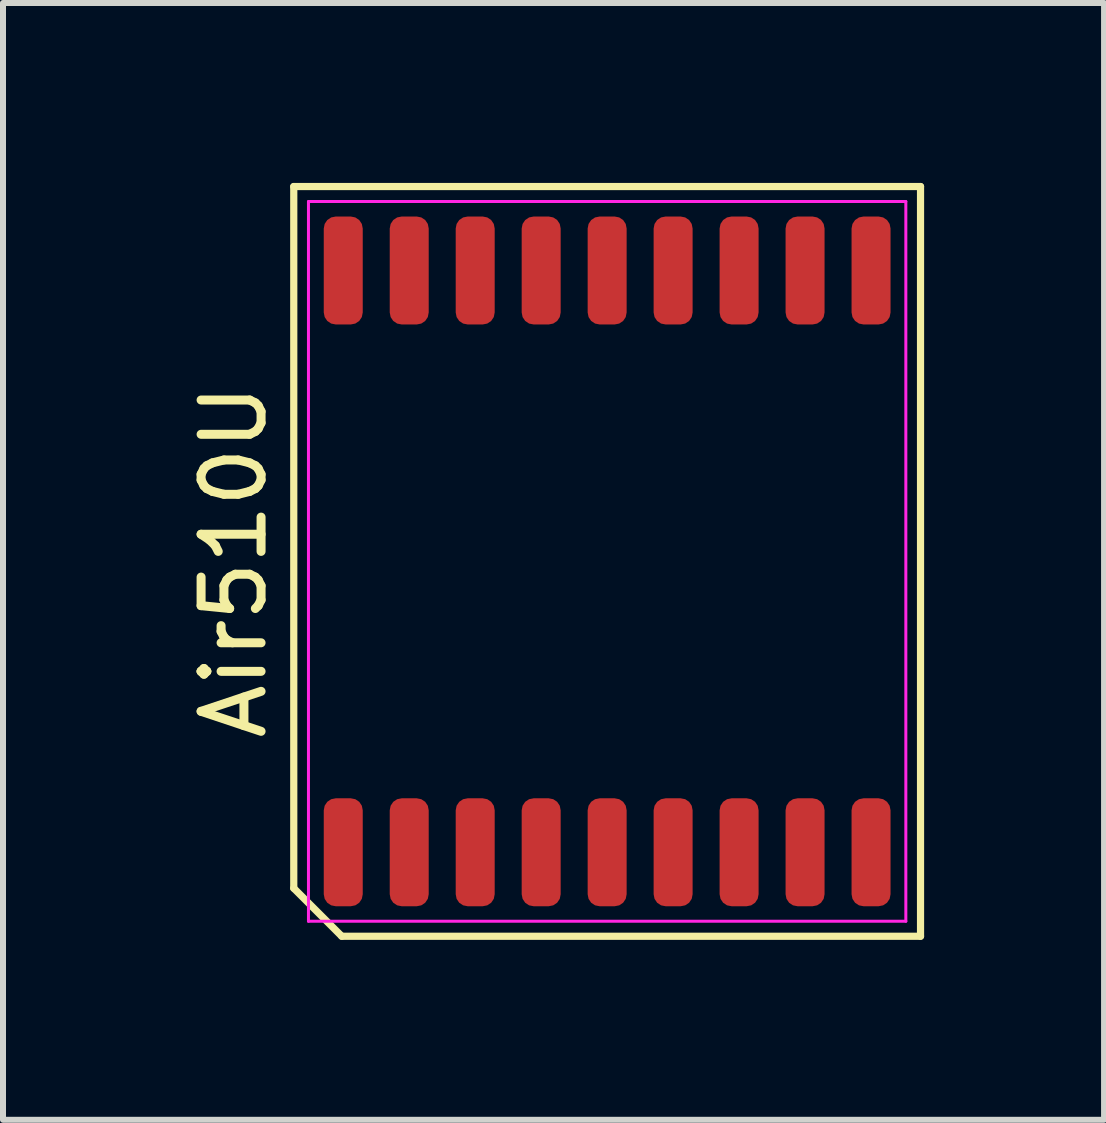
<source format=kicad_pcb>
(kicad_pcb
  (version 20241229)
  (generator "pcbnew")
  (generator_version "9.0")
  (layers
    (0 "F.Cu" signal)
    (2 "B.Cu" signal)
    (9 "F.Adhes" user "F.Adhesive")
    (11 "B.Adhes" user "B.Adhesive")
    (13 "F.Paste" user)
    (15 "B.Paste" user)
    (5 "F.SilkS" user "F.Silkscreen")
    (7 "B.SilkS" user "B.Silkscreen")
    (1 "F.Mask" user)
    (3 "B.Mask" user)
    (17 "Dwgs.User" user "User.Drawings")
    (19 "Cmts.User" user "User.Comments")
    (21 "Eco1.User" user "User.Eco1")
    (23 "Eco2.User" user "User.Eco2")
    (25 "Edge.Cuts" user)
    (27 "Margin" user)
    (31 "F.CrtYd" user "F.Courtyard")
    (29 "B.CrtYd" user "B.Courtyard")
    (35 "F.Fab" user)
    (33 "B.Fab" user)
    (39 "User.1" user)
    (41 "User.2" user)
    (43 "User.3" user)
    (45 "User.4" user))
  (footprint "Air510U"
    (layer "F.Cu")
    (at 7.073 6.31)
    (property "Reference" "Air510U" (at -6.225 0 90) (unlocked yes) (layer "F.SilkS") (effects (font (size 1 1) (thickness 0.15))))
    (attr smd)
    (fp_line (start -5.225 -6.25) (end 5.225 -6.25) (stroke (width 0.12) (type default)) (layer "F.SilkS"))
    (fp_line (start -5.225 5.45) (end -5.225 -6.25) (stroke (width 0.12) (type default)) (layer "F.SilkS"))
    (fp_line (start -4.425 6.25) (end -5.225 5.45) (stroke (width 0.12) (type default)) (layer "F.SilkS"))
    (fp_line (start 5.225 -6.25) (end 5.225 6.25) (stroke (width 0.12) (type default)) (layer "F.SilkS"))
    (fp_line (start 5.225 6.25) (end -4.425 6.25) (stroke (width 0.12) (type default)) (layer "F.SilkS"))
    (fp_line (start -4.98 -6) (end 4.98 -6) (stroke (width 0.05) (type default)) (layer "F.CrtYd"))
    (fp_line (start -4.98 6) (end -4.98 -6) (stroke (width 0.05) (type default)) (layer "F.CrtYd"))
    (fp_line (start 4.98 -6) (end 4.98 6) (stroke (width 0.05) (type default)) (layer "F.CrtYd"))
    (fp_line (start 4.98 6) (end -4.98 6) (stroke (width 0.05) (type default)) (layer "F.CrtYd"))
    (pad "1" smd roundrect (at -4.4 4.85) (size 0.65 1.8) (layers "F.Cu" "F.Mask" "F.Paste") (roundrect_rratio 0.308))
    (pad "2" smd roundrect (at -3.3 4.85) (size 0.65 1.8) (layers "F.Cu" "F.Mask" "F.Paste") (roundrect_rratio 0.308))
    (pad "3" smd roundrect (at -2.2 4.85) (size 0.65 1.8) (layers "F.Cu" "F.Mask" "F.Paste") (roundrect_rratio 0.308))
    (pad "4" smd roundrect (at -1.1 4.85) (size 0.65 1.8) (layers "F.Cu" "F.Mask" "F.Paste") (roundrect_rratio 0.308))
    (pad "5" smd roundrect (at 0 4.85) (size 0.65 1.8) (layers "F.Cu" "F.Mask" "F.Paste") (roundrect_rratio 0.308))
    (pad "6" smd roundrect (at 1.1 4.85) (size 0.65 1.8) (layers "F.Cu" "F.Mask" "F.Paste") (roundrect_rratio 0.308))
    (pad "7" smd roundrect (at 2.2 4.85) (size 0.65 1.8) (layers "F.Cu" "F.Mask" "F.Paste") (roundrect_rratio 0.308))
    (pad "8" smd roundrect (at 3.3 4.85) (size 0.65 1.8) (layers "F.Cu" "F.Mask" "F.Paste") (roundrect_rratio 0.308))
    (pad "9" smd roundrect (at 4.4 4.85) (size 0.65 1.8) (layers "F.Cu" "F.Mask" "F.Paste") (roundrect_rratio 0.308))
    (pad "10" smd roundrect (at 4.4 -4.85) (size 0.65 1.8) (layers "F.Cu" "F.Mask" "F.Paste") (roundrect_rratio 0.308))
    (pad "11" smd roundrect (at 3.3 -4.85) (size 0.65 1.8) (layers "F.Cu" "F.Mask" "F.Paste") (roundrect_rratio 0.308))
    (pad "12" smd roundrect (at 2.2 -4.85) (size 0.65 1.8) (layers "F.Cu" "F.Mask" "F.Paste") (roundrect_rratio 0.308))
    (pad "13" smd roundrect (at 1.1 -4.85) (size 0.65 1.8) (layers "F.Cu" "F.Mask" "F.Paste") (roundrect_rratio 0.308))
    (pad "14" smd roundrect (at 0 -4.85) (size 0.65 1.8) (layers "F.Cu" "F.Mask" "F.Paste") (roundrect_rratio 0.308))
    (pad "15" smd roundrect (at -1.1 -4.85) (size 0.65 1.8) (layers "F.Cu" "F.Mask" "F.Paste") (roundrect_rratio 0.308))
    (pad "16" smd roundrect (at -2.2 -4.85) (size 0.65 1.8) (layers "F.Cu" "F.Mask" "F.Paste") (roundrect_rratio 0.308))
    (pad "17" smd roundrect (at -3.3 -4.85) (size 0.65 1.8) (layers "F.Cu" "F.Mask" "F.Paste") (roundrect_rratio 0.308))
    (pad "18" smd roundrect (at -4.4 -4.85) (size 0.65 1.8) (layers "F.Cu" "F.Mask" "F.Paste") (roundrect_rratio 0.308)))
  (gr_rect
    (start -3 -3)
    (end 15.358 15.62)
    (stroke (width 0.1) (type default))
    (fill no)
    (layer "Edge.Cuts")))
</source>
